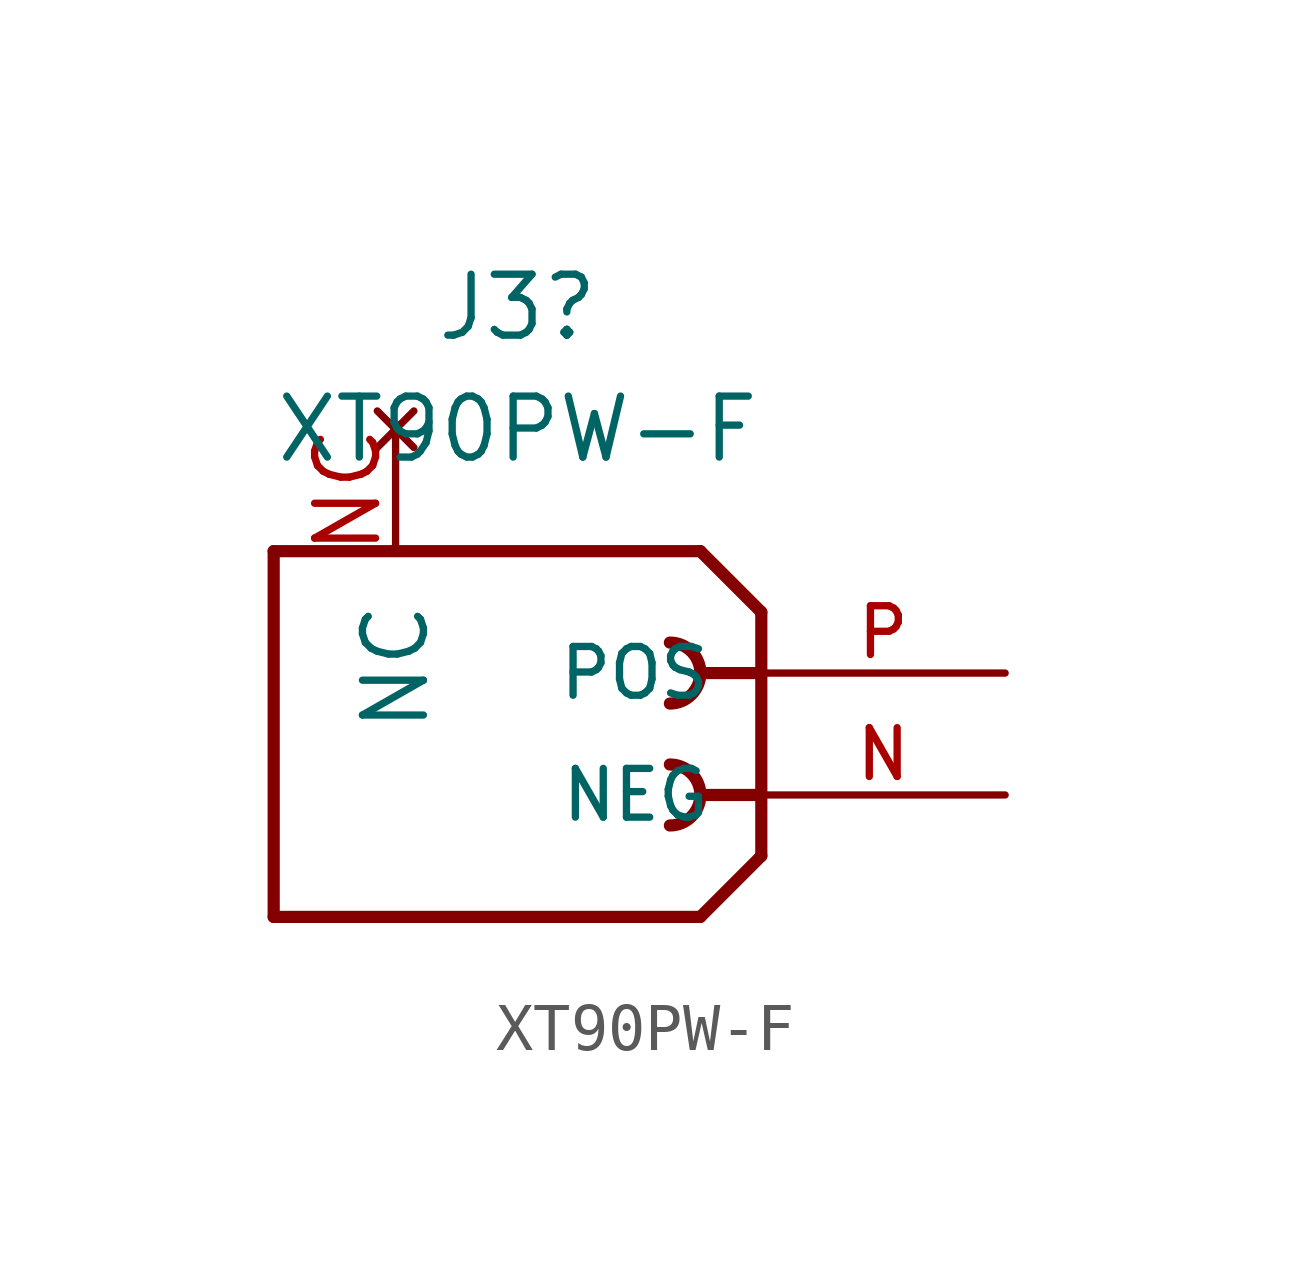
<source format=kicad_sym>
(kicad_symbol_lib
  (version 20241209)
  (generator "kicad_symbol_editor")
  (generator_version "9.0")
  (symbol "XT90PW-F"
    (pin_names
      (offset 1.016))
    (property "Reference" "J3"
      (at -5.08 7.62 0)
      (effects (font (size 1.27 1.27))))
    (property "Value" "XT90PW-F"
      (at -5.08 5.08 0)
      (effects (font (size 1.27 1.27))))
    (symbol "XT90PW-F_0_0"
      (polyline (pts (xy -10.16 2.54) (xy -1.27 2.54)) (stroke (width 0.254) (type default)) (fill (type none)))
      (polyline (pts (xy -10.16 -5.08) (xy -10.16 2.54)) (stroke (width 0.254) (type default)) (fill (type none)))
      (arc (start -1.905 0.635) (mid -1.2727 0) (end -1.905 -0.635) (stroke (width 0.254) (type default)) (fill (type none)))
      (arc (start -1.905 -1.905) (mid -1.2727 -2.54) (end -1.905 -3.175) (stroke (width 0.254) (type default)) (fill (type none)))
      (polyline (pts (xy -1.27 -5.08) (xy -10.16 -5.08)) (stroke (width 0.254) (type default)) (fill (type none)))
      (polyline (pts (xy 0 1.27) (xy -1.27 2.54)) (stroke (width 0.254) (type default)) (fill (type none)))
      (polyline (pts (xy 0 1.27) (xy 0 0)) (stroke (width 0.254) (type default)) (fill (type none)))
      (polyline (pts (xy 0 0) (xy -1.27 0)) (stroke (width 0.254) (type default)) (fill (type none)))
      (polyline (pts (xy 0 0) (xy 0 -3.81)) (stroke (width 0.254) (type default)) (fill (type none)))
      (polyline (pts (xy 0 -2.54) (xy -1.27 -2.54)) (stroke (width 0.254) (type default)) (fill (type none)))
      (polyline (pts (xy 0 -3.81) (xy -1.27 -5.08)) (stroke (width 0.254) (type default)) (fill (type none)))
      (pin passive line (at 5.08 0 180) (length 5.08) (name "POS" (effects (font (size 1.016 1.016)))) (number "P" (effects (font (size 1.016 1.016)))))
      (pin passive line (at 5.08 -2.54 180) (length 5.08) (name "NEG" (effects (font (size 1.016 1.016)))) (number "N" (effects (font (size 1.016 1.016))))))
    (symbol "XT90PW-F_1_1"
      (pin no_connect line (at -7.62 5.08 270) (length 2.54) (name "NC" (effects (font (size 1.27 1.27)))) (number "NC" (effects (font (size 1.27 1.27))))))))
</source>
